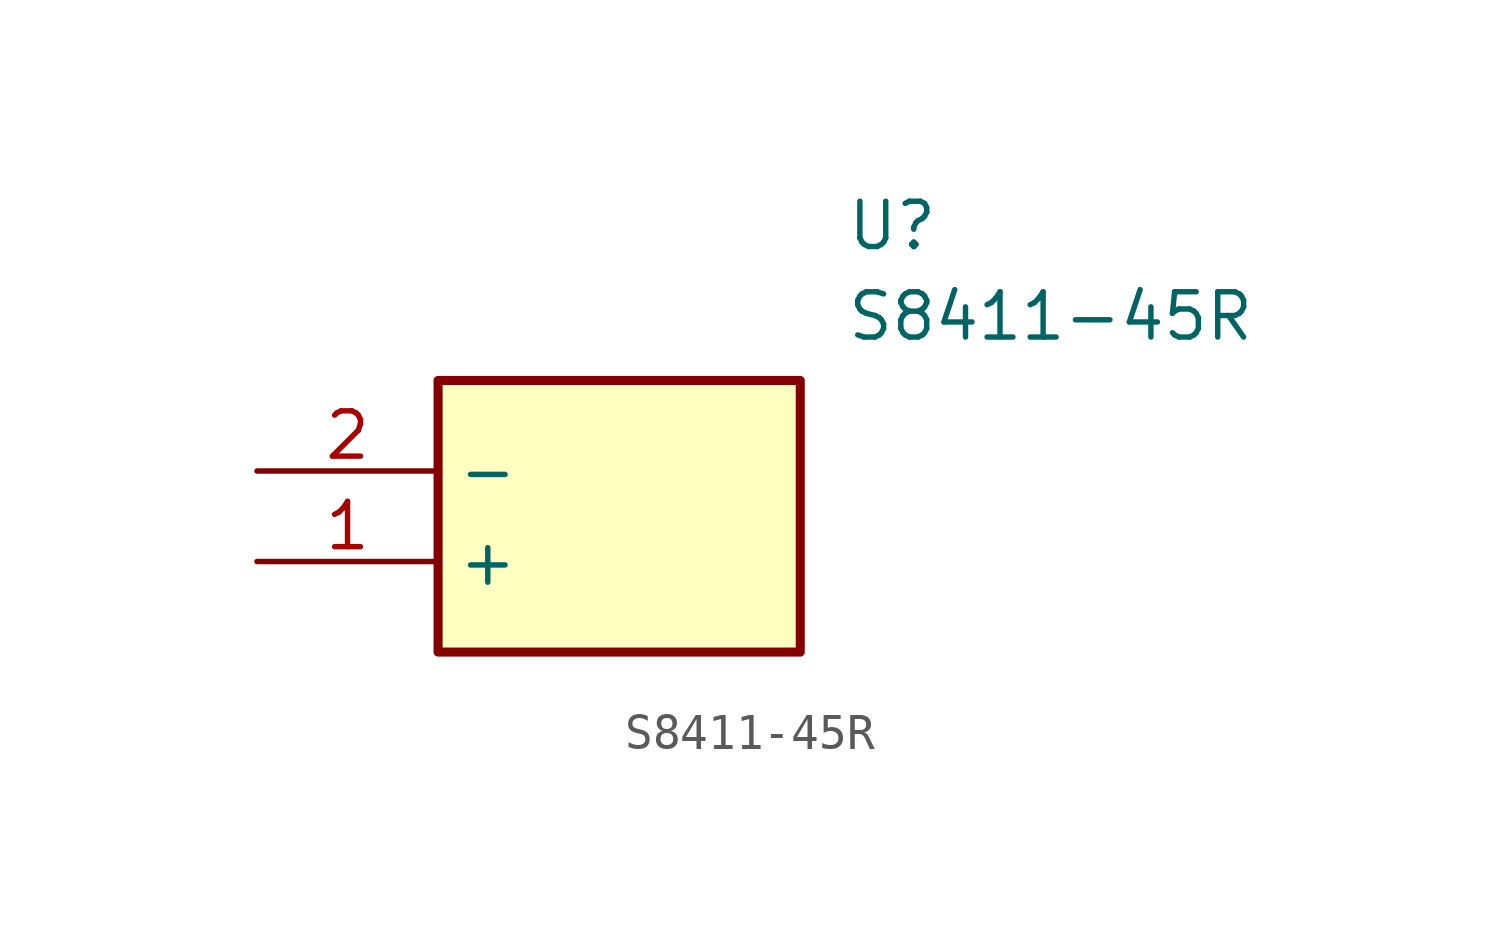
<source format=kicad_sym>
(kicad_symbol_lib
  (version 20211014)
  (generator SamacSys_ECAD_Model)
  (symbol "S8411-45R"
    (property "Reference" "U"
      (at 16.51 7.62 0)
      (effects (font (size 1.27 1.27)) (justify left top)))
    (property "Value" "S8411-45R"
      (at 16.51 5.08 0)
      (effects (font (size 1.27 1.27)) (justify left top)))
    (rectangle
      (start 5.08 2.54)
      (end 15.24 -5.08)
      (stroke (width 0.254) (type default))
      (fill (type background)))
    (pin passive line
      (at 0 -2.54 0)
      (length 5.08)
      (name "+" (effects (font (size 1.27 1.27))))
      (number "1" (effects (font (size 1.27 1.27)))))
    (pin passive line
      (at 0 0 0)
      (length 5.08)
      (name "-" (effects (font (size 1.27 1.27))))
      (number "2" (effects (font (size 1.27 1.27)))))))
</source>
